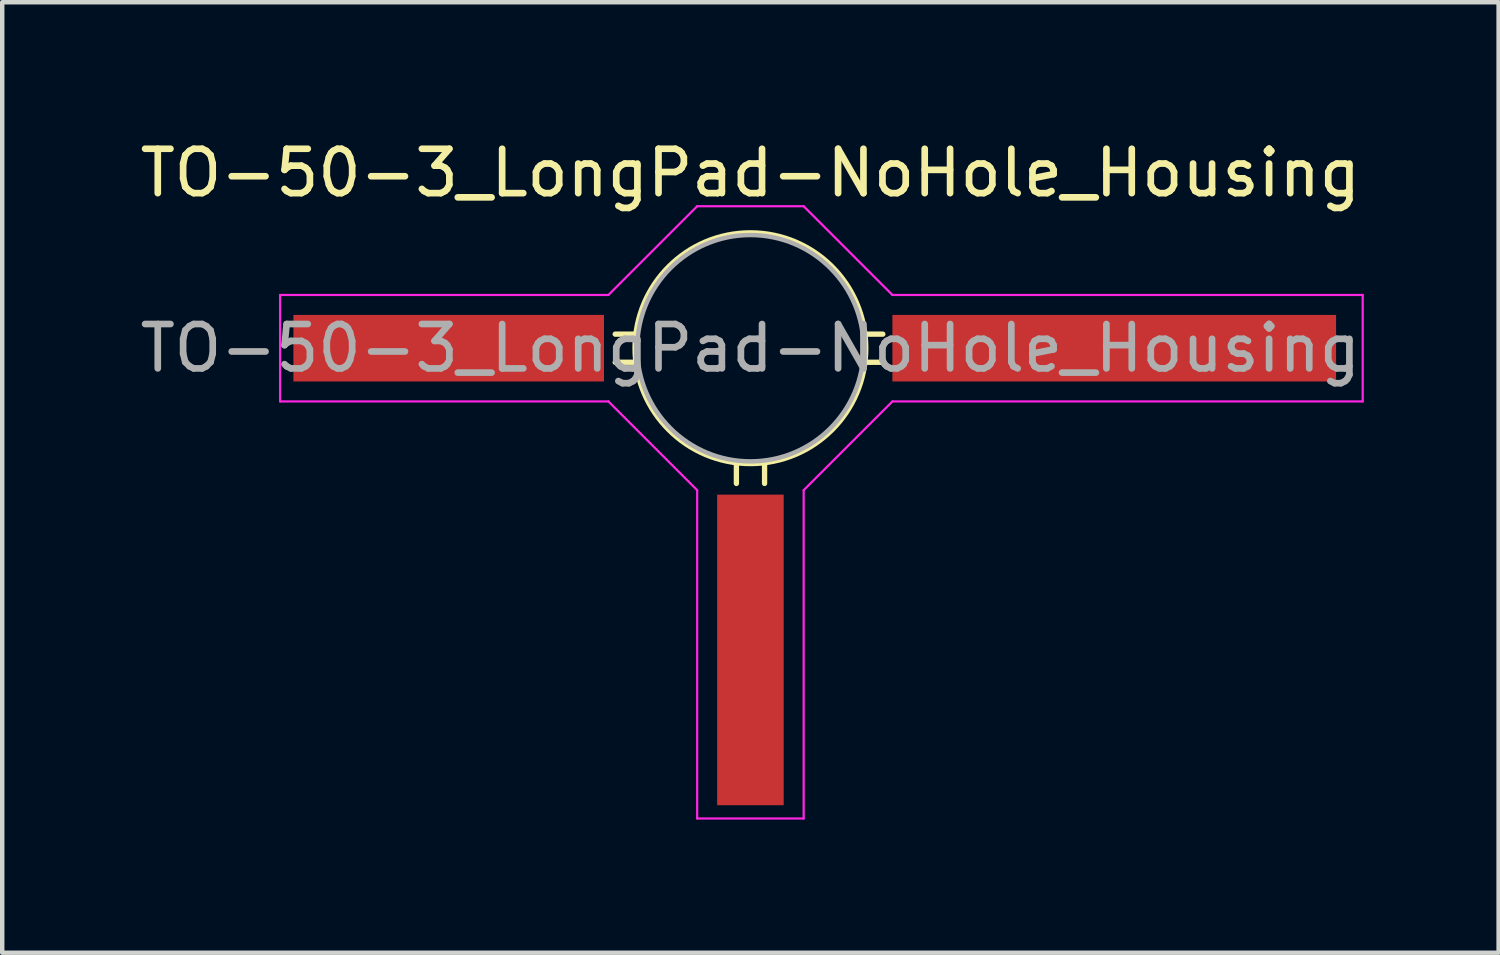
<source format=kicad_pcb>
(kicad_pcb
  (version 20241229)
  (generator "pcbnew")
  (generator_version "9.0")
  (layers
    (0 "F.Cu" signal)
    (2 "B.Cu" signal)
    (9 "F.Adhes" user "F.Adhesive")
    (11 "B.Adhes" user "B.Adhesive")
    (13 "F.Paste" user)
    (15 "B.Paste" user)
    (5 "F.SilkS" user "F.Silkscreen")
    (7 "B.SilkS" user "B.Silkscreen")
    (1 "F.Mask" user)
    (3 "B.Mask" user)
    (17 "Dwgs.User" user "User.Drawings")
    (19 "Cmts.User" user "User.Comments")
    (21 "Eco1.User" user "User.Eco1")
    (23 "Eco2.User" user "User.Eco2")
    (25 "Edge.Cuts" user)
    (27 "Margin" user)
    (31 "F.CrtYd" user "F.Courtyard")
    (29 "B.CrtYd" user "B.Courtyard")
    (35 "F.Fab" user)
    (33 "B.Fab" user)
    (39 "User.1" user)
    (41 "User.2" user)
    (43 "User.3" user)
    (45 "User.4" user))
  (footprint "TO-50-3_LongPad-NoHole_Housing"
    (layer "F.Cu")
    (at 14.563 8.198)
    (property "Reference" "TO-50-3_LongPad-NoHole_Housing" (at -0.7 -7.35 180) (layer "F.SilkS") (effects (font (size 1 1) (thickness 0.15))))
    (attr smd)
    (fp_line (start -3.302 -3.717) (end -3.747 -3.717) (stroke (width 0.12) (type solid)) (layer "F.SilkS"))
    (fp_line (start -3.302 -3.083) (end -3.747 -3.083) (stroke (width 0.12) (type solid)) (layer "F.SilkS"))
    (fp_line (start -1.016 -0.796) (end -1.016 -0.352) (stroke (width 0.12) (type solid)) (layer "F.SilkS"))
    (fp_line (start -0.381 -0.796) (end -0.381 -0.352) (stroke (width 0.12) (type solid)) (layer "F.SilkS"))
    (fp_line (start 1.903 -3.717) (end 2.284 -3.717) (stroke (width 0.12) (type solid)) (layer "F.SilkS"))
    (fp_line (start 1.903 -3.083) (end 2.284 -3.083) (stroke (width 0.12) (type solid)) (layer "F.SilkS"))
    (fp_circle (center -0.7 -3.4) (end -0.7 -6) (stroke (width 0.12) (type solid)) (fill no) (layer "F.SilkS"))
    (fp_line (start -11.3 -4.6) (end -3.9 -4.6) (stroke (width 0.05) (type solid)) (layer "F.CrtYd"))
    (fp_line (start -11.3 -2.2) (end -11.3 -4.6) (stroke (width 0.05) (type solid)) (layer "F.CrtYd"))
    (fp_line (start -3.9 -4.6) (end -1.9 -6.6) (stroke (width 0.05) (type solid)) (layer "F.CrtYd"))
    (fp_line (start -3.9 -2.2) (end -11.3 -2.2) (stroke (width 0.05) (type solid)) (layer "F.CrtYd"))
    (fp_line (start -1.9 -6.6) (end 0.5 -6.6) (stroke (width 0.05) (type solid)) (layer "F.CrtYd"))
    (fp_line (start -1.9 -0.2) (end -3.9 -2.2) (stroke (width 0.05) (type solid)) (layer "F.CrtYd"))
    (fp_line (start -1.9 7.2) (end -1.9 -0.2) (stroke (width 0.05) (type solid)) (layer "F.CrtYd"))
    (fp_line (start 0.5 -6.6) (end 2.5 -4.6) (stroke (width 0.05) (type solid)) (layer "F.CrtYd"))
    (fp_line (start 0.5 -0.2) (end 0.5 7.2) (stroke (width 0.05) (type solid)) (layer "F.CrtYd"))
    (fp_line (start 0.5 7.2) (end -1.9 7.2) (stroke (width 0.05) (type solid)) (layer "F.CrtYd"))
    (fp_line (start 2.5 -4.6) (end 13.1 -4.6) (stroke (width 0.05) (type solid)) (layer "F.CrtYd"))
    (fp_line (start 2.5 -2.2) (end 0.5 -0.2) (stroke (width 0.05) (type solid)) (layer "F.CrtYd"))
    (fp_line (start 13.1 -4.6) (end 13.1 -2.2) (stroke (width 0.05) (type solid)) (layer "F.CrtYd"))
    (fp_line (start 13.1 -2.2) (end 2.5 -2.2) (stroke (width 0.05) (type solid)) (layer "F.CrtYd"))
    (fp_circle (center -0.7 -3.4) (end -0.65 -5.95) (stroke (width 0.1) (type solid)) (fill no) (layer "F.Fab"))
    (fp_text user "${REFERENCE}" (at -0.7 -3.4 0) (layer "F.Fab") (effects (font (size 1 1) (thickness 0.15))))
    (pad "1" smd rect (at -7.5 -3.4 90) (size 1.5 7) (layers "F.Cu" "F.Mask" "F.Paste"))
    (pad "2" smd rect (at -0.7 3.4 90) (size 7 1.5) (layers "F.Cu" "F.Mask" "F.Paste"))
    (pad "3" smd rect (at 7.5 -3.4 90) (size 1.5 10) (layers "F.Cu" "F.Mask" "F.Paste")))
  (gr_rect
    (start -3 -3)
    (end 30.726 18.423)
    (stroke (width 0.1) (type default))
    (fill no)
    (layer "Edge.Cuts")))
</source>
